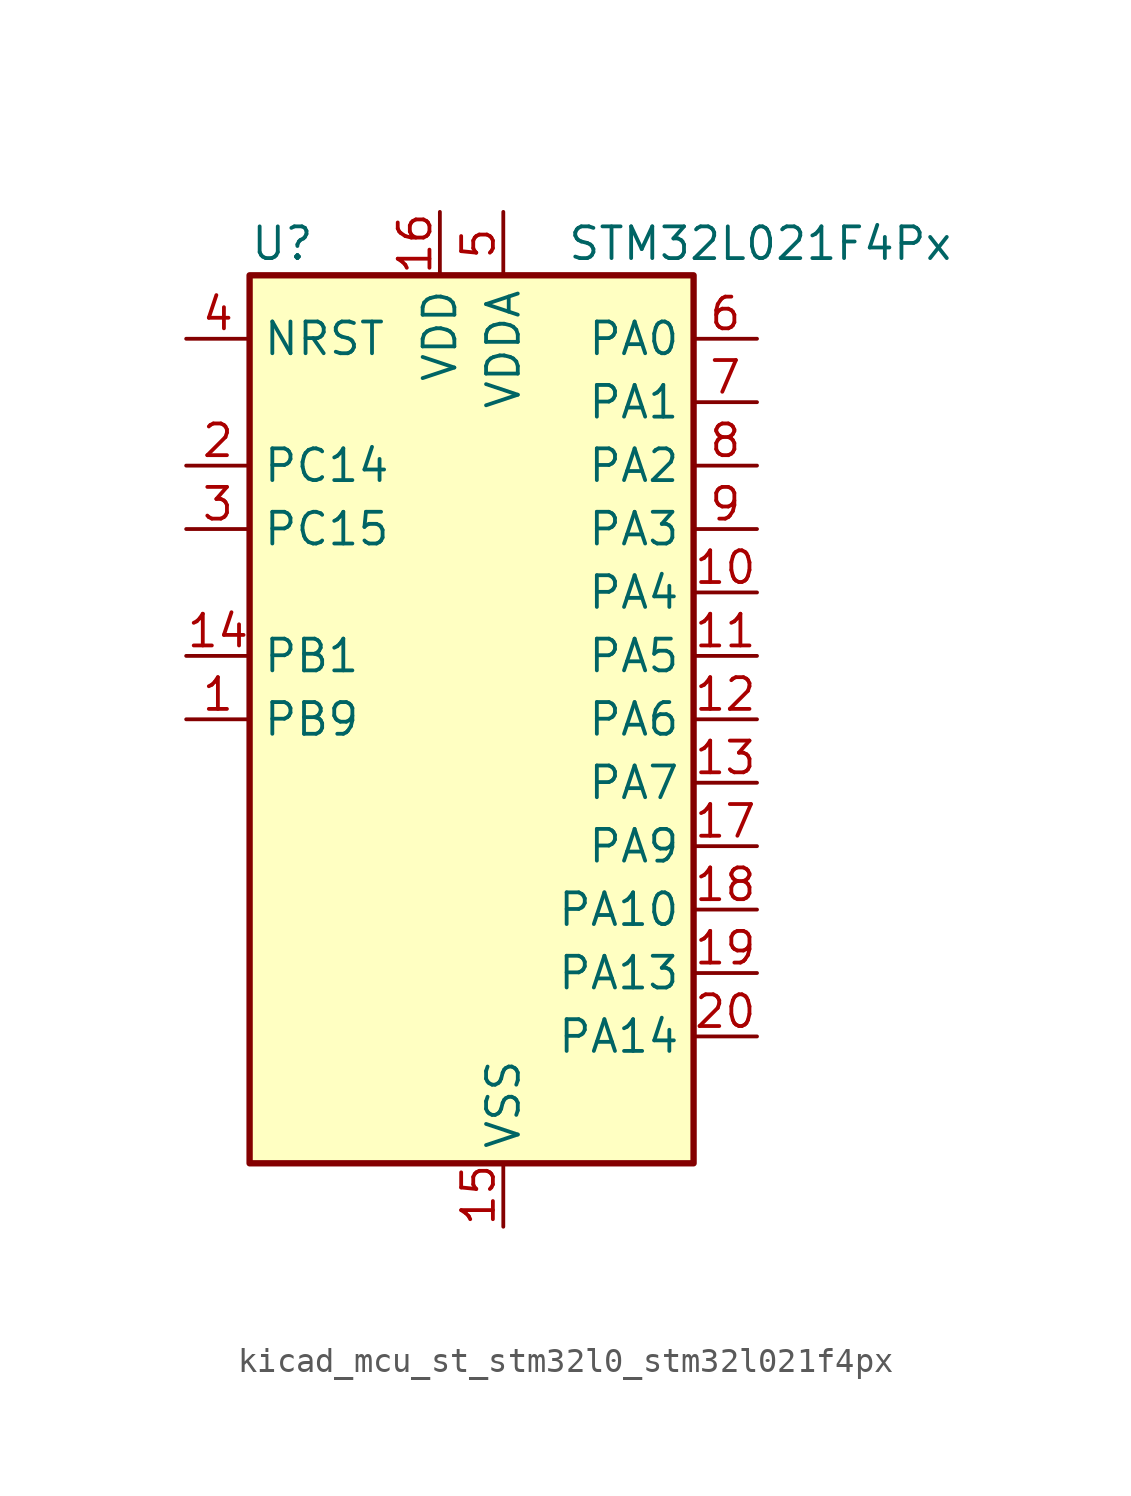
<source format=kicad_sym>
(kicad_symbol_lib
  (version 20220914)
  (generator kicad_symbol_editor)
  (symbol "kicad_mcu_st_stm32l0_stm32l021f4px"
    (property "Reference" "U"
      (at -7.62 19.05 0)
      (effects (font (size 1.27 1.27)) (justify left)))
    (property "Value" "STM32L021F4Px"
      (at 5.08 19.05 0)
      (effects (font (size 1.27 1.27)) (justify left)))
    (property "ki_locked" ""
      (at 0 0 0)
      (effects (font (size 1.27 1.27))))
    (symbol "kicad_mcu_st_stm32l0_stm32l021f4px_0_1"
      (rectangle (start -7.62 -17.78) (end 10.16 17.78) (stroke (width 0.254) (type default)) (fill (type background))))
    (symbol "kicad_mcu_st_stm32l0_stm32l021f4px_1_1"
      (pin bidirectional line (at -10.16 0 0) (length 2.54) (name "PB9" (effects (font (size 1.27 1.27)))) (number "1" (effects (font (size 1.27 1.27)))))
      (pin bidirectional line (at 12.7 5.08 180) (length 2.54) (name "PA4" (effects (font (size 1.27 1.27)))) (number "10" (effects (font (size 1.27 1.27)))) (alternate "ADC_IN4" bidirectional line) (alternate "COMP1_INM" bidirectional line) (alternate "COMP2_INM" bidirectional line) (alternate "COMP2_OUT" bidirectional line) (alternate "I2C1_SCL" bidirectional line) (alternate "LPTIM1_ETR" bidirectional line) (alternate "LPTIM1_IN1" bidirectional line) (alternate "LPUART1_TX" bidirectional line) (alternate "SPI1_NSS" bidirectional line) (alternate "TIM2_ETR" bidirectional line) (alternate "USART2_CK" bidirectional line))
      (pin bidirectional line (at 12.7 2.54 180) (length 2.54) (name "PA5" (effects (font (size 1.27 1.27)))) (number "11" (effects (font (size 1.27 1.27)))) (alternate "ADC_IN5" bidirectional line) (alternate "COMP1_INM" bidirectional line) (alternate "COMP2_INM" bidirectional line) (alternate "LPTIM1_IN2" bidirectional line) (alternate "SPI1_SCK" bidirectional line) (alternate "TIM2_CH1" bidirectional line) (alternate "TIM2_ETR" bidirectional line))
      (pin bidirectional line (at 12.7 0 180) (length 2.54) (name "PA6" (effects (font (size 1.27 1.27)))) (number "12" (effects (font (size 1.27 1.27)))) (alternate "ADC_IN6" bidirectional line) (alternate "COMP1_OUT" bidirectional line) (alternate "LPTIM1_ETR" bidirectional line) (alternate "LPUART1_CTS" bidirectional line) (alternate "SPI1_MISO" bidirectional line))
      (pin bidirectional line (at 12.7 -2.54 180) (length 2.54) (name "PA7" (effects (font (size 1.27 1.27)))) (number "13" (effects (font (size 1.27 1.27)))) (alternate "ADC_IN7" bidirectional line) (alternate "COMP2_INP" bidirectional line) (alternate "COMP2_OUT" bidirectional line) (alternate "LPTIM1_OUT" bidirectional line) (alternate "SPI1_MOSI" bidirectional line) (alternate "TIM21_ETR" bidirectional line) (alternate "USART2_CTS" bidirectional line))
      (pin bidirectional line (at -10.16 2.54 0) (length 2.54) (name "PB1" (effects (font (size 1.27 1.27)))) (number "14" (effects (font (size 1.27 1.27)))) (alternate "ADC_IN9" bidirectional line) (alternate "LPTIM1_IN1" bidirectional line) (alternate "LPUART1_DE" bidirectional line) (alternate "LPUART1_RTS" bidirectional line) (alternate "SPI1_MOSI" bidirectional line) (alternate "SYS_VREF_OUT_PB1" bidirectional line) (alternate "TIM2_CH4" bidirectional line) (alternate "USART2_CK" bidirectional line))
      (pin power_in line (at 2.54 -20.32 90) (length 2.54) (name "VSS" (effects (font (size 1.27 1.27)))) (number "15" (effects (font (size 1.27 1.27)))))
      (pin power_in line (at 0 20.32 270) (length 2.54) (name "VDD" (effects (font (size 1.27 1.27)))) (number "16" (effects (font (size 1.27 1.27)))))
      (pin bidirectional line (at 12.7 -5.08 180) (length 2.54) (name "PA9" (effects (font (size 1.27 1.27)))) (number "17" (effects (font (size 1.27 1.27)))) (alternate "COMP1_OUT" bidirectional line) (alternate "I2C1_SCL" bidirectional line) (alternate "LPTIM1_OUT" bidirectional line) (alternate "RCC_MCO" bidirectional line) (alternate "TIM21_CH2" bidirectional line) (alternate "USART2_TX" bidirectional line))
      (pin bidirectional line (at 12.7 -7.62 180) (length 2.54) (name "PA10" (effects (font (size 1.27 1.27)))) (number "18" (effects (font (size 1.27 1.27)))) (alternate "COMP1_OUT" bidirectional line) (alternate "I2C1_SDA" bidirectional line) (alternate "RTC_REFIN" bidirectional line) (alternate "TIM21_CH1" bidirectional line) (alternate "TIM2_CH3" bidirectional line) (alternate "USART2_RX" bidirectional line))
      (pin bidirectional line (at 12.7 -10.16 180) (length 2.54) (name "PA13" (effects (font (size 1.27 1.27)))) (number "19" (effects (font (size 1.27 1.27)))) (alternate "COMP1_OUT" bidirectional line) (alternate "I2C1_SDA" bidirectional line) (alternate "LPTIM1_ETR" bidirectional line) (alternate "LPUART1_RX" bidirectional line) (alternate "SPI1_SCK" bidirectional line) (alternate "SYS_SWDIO" bidirectional line))
      (pin bidirectional line (at -10.16 10.16 0) (length 2.54) (name "PC14" (effects (font (size 1.27 1.27)))) (number "2" (effects (font (size 1.27 1.27)))) (alternate "RCC_OSC32_IN" bidirectional line))
      (pin bidirectional line (at 12.7 -12.7 180) (length 2.54) (name "PA14" (effects (font (size 1.27 1.27)))) (number "20" (effects (font (size 1.27 1.27)))) (alternate "COMP2_OUT" bidirectional line) (alternate "I2C1_SMBA" bidirectional line) (alternate "LPTIM1_OUT" bidirectional line) (alternate "LPUART1_TX" bidirectional line) (alternate "SPI1_MISO" bidirectional line) (alternate "SYS_SWCLK" bidirectional line) (alternate "USART2_TX" bidirectional line))
      (pin bidirectional line (at -10.16 7.62 0) (length 2.54) (name "PC15" (effects (font (size 1.27 1.27)))) (number "3" (effects (font (size 1.27 1.27)))) (alternate "RCC_OSC32_OUT" bidirectional line))
      (pin input line (at -10.16 15.24 0) (length 2.54) (name "NRST" (effects (font (size 1.27 1.27)))) (number "4" (effects (font (size 1.27 1.27)))))
      (pin power_in line (at 2.54 20.32 270) (length 2.54) (name "VDDA" (effects (font (size 1.27 1.27)))) (number "5" (effects (font (size 1.27 1.27)))))
      (pin bidirectional line (at 12.7 15.24 180) (length 2.54) (name "PA0" (effects (font (size 1.27 1.27)))) (number "6" (effects (font (size 1.27 1.27)))) (alternate "ADC_IN0" bidirectional line) (alternate "COMP1_INM" bidirectional line) (alternate "COMP1_OUT" bidirectional line) (alternate "LPTIM1_IN1" bidirectional line) (alternate "LPUART1_RX" bidirectional line) (alternate "RCC_CK_IN" bidirectional line) (alternate "RTC_TAMP2" bidirectional line) (alternate "SYS_WKUP1" bidirectional line) (alternate "TIM2_CH1" bidirectional line) (alternate "TIM2_ETR" bidirectional line) (alternate "USART2_CTS" bidirectional line) (alternate "USART2_RX" bidirectional line))
      (pin bidirectional line (at 12.7 12.7 180) (length 2.54) (name "PA1" (effects (font (size 1.27 1.27)))) (number "7" (effects (font (size 1.27 1.27)))) (alternate "ADC_IN1" bidirectional line) (alternate "COMP1_INP" bidirectional line) (alternate "I2C1_SMBA" bidirectional line) (alternate "LPTIM1_IN2" bidirectional line) (alternate "LPUART1_TX" bidirectional line) (alternate "TIM21_ETR" bidirectional line) (alternate "TIM2_CH2" bidirectional line) (alternate "USART2_DE" bidirectional line) (alternate "USART2_RTS" bidirectional line))
      (pin bidirectional line (at 12.7 10.16 180) (length 2.54) (name "PA2" (effects (font (size 1.27 1.27)))) (number "8" (effects (font (size 1.27 1.27)))) (alternate "ADC_IN2" bidirectional line) (alternate "COMP2_INM" bidirectional line) (alternate "COMP2_OUT" bidirectional line) (alternate "LPUART1_TX" bidirectional line) (alternate "RTC_OUT_ALARM" bidirectional line) (alternate "RTC_OUT_CALIB" bidirectional line) (alternate "RTC_TAMP3" bidirectional line) (alternate "RTC_TS" bidirectional line) (alternate "SYS_WKUP3" bidirectional line) (alternate "TIM21_CH1" bidirectional line) (alternate "TIM2_CH3" bidirectional line) (alternate "USART2_TX" bidirectional line))
      (pin bidirectional line (at 12.7 7.62 180) (length 2.54) (name "PA3" (effects (font (size 1.27 1.27)))) (number "9" (effects (font (size 1.27 1.27)))) (alternate "ADC_IN3" bidirectional line) (alternate "COMP2_INP" bidirectional line) (alternate "LPUART1_RX" bidirectional line) (alternate "TIM21_CH2" bidirectional line) (alternate "TIM2_CH4" bidirectional line) (alternate "USART2_RX" bidirectional line)))))
</source>
